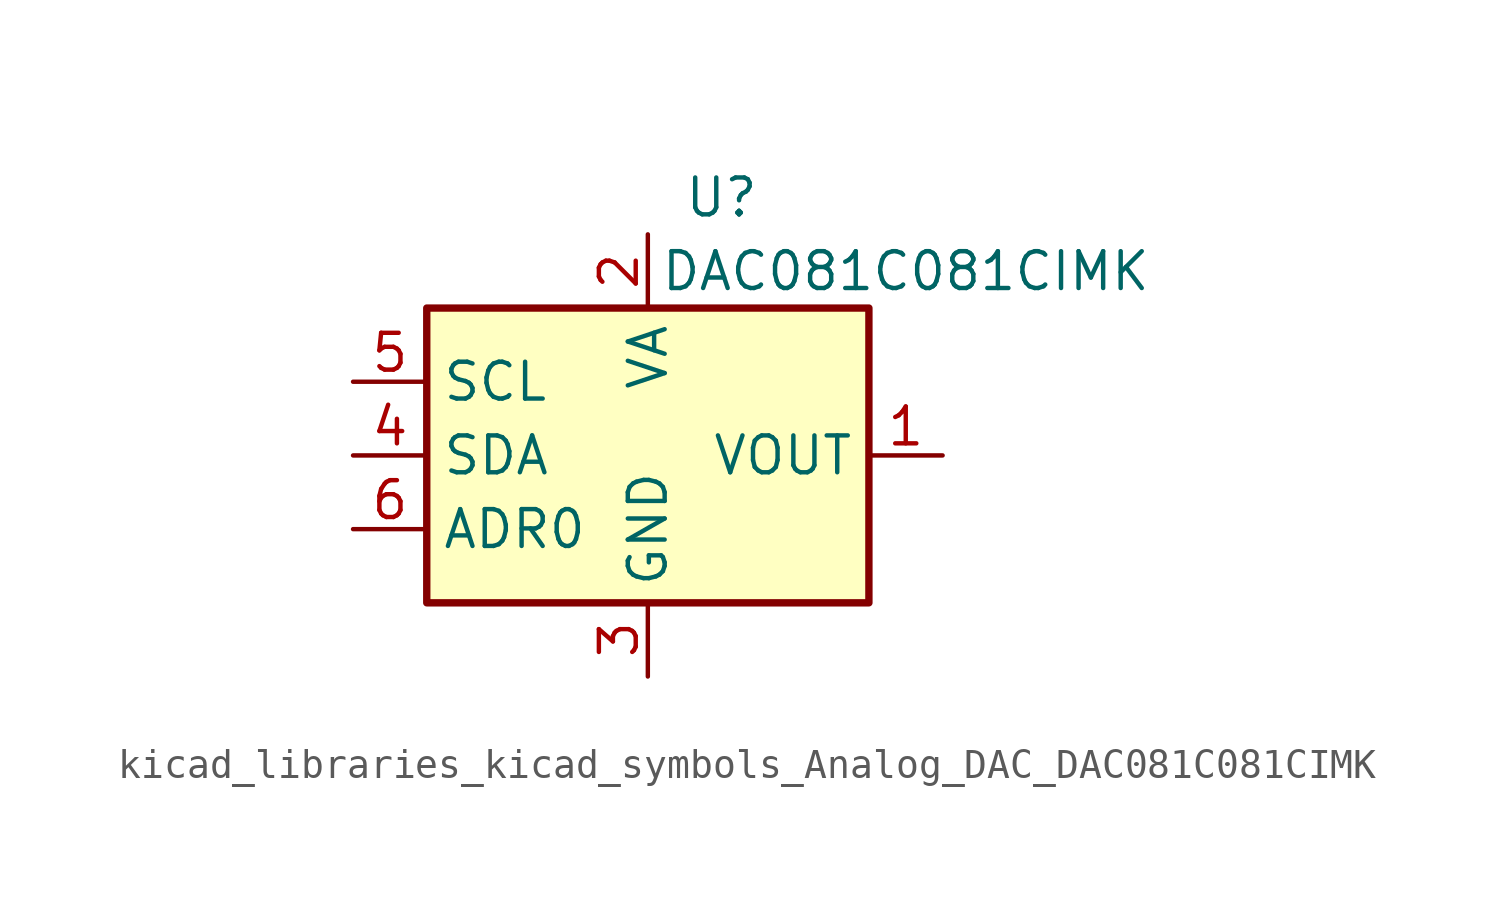
<source format=kicad_sym>
(kicad_symbol_lib
  (version 20220914)
  (generator kicad_symbol_editor)
  (symbol "kicad_libraries_kicad_symbols_Analog_DAC_DAC081C081CIMK"
    (property "Reference" "U"
      (at 2.54 8.89 0)
      (effects (font (size 1.27 1.27))))
    (property "Value" "DAC081C081CIMK"
      (at 8.89 6.35 0)
      (effects (font (size 1.27 1.27))))
    (symbol "kicad_libraries_kicad_symbols_Analog_DAC_DAC081C081CIMK_0_1"
      (rectangle (start -7.62 -5.08) (end 7.62 5.08) (stroke (width 0.254) (type default)) (fill (type background))))
    (symbol "kicad_libraries_kicad_symbols_Analog_DAC_DAC081C081CIMK_1_1"
      (pin output line (at 10.16 0 180) (length 2.54) (name "VOUT" (effects (font (size 1.27 1.27)))) (number "1" (effects (font (size 1.27 1.27)))))
      (pin power_in line (at 0 7.62 270) (length 2.54) (name "VA" (effects (font (size 1.27 1.27)))) (number "2" (effects (font (size 1.27 1.27)))))
      (pin power_in line (at 0 -7.62 90) (length 2.54) (name "GND" (effects (font (size 1.27 1.27)))) (number "3" (effects (font (size 1.27 1.27)))))
      (pin bidirectional line (at -10.16 0 0) (length 2.54) (name "SDA" (effects (font (size 1.27 1.27)))) (number "4" (effects (font (size 1.27 1.27)))))
      (pin input line (at -10.16 2.54 0) (length 2.54) (name "SCL" (effects (font (size 1.27 1.27)))) (number "5" (effects (font (size 1.27 1.27)))))
      (pin input line (at -10.16 -2.54 0) (length 2.54) (name "ADR0" (effects (font (size 1.27 1.27)))) (number "6" (effects (font (size 1.27 1.27))))))))
</source>
